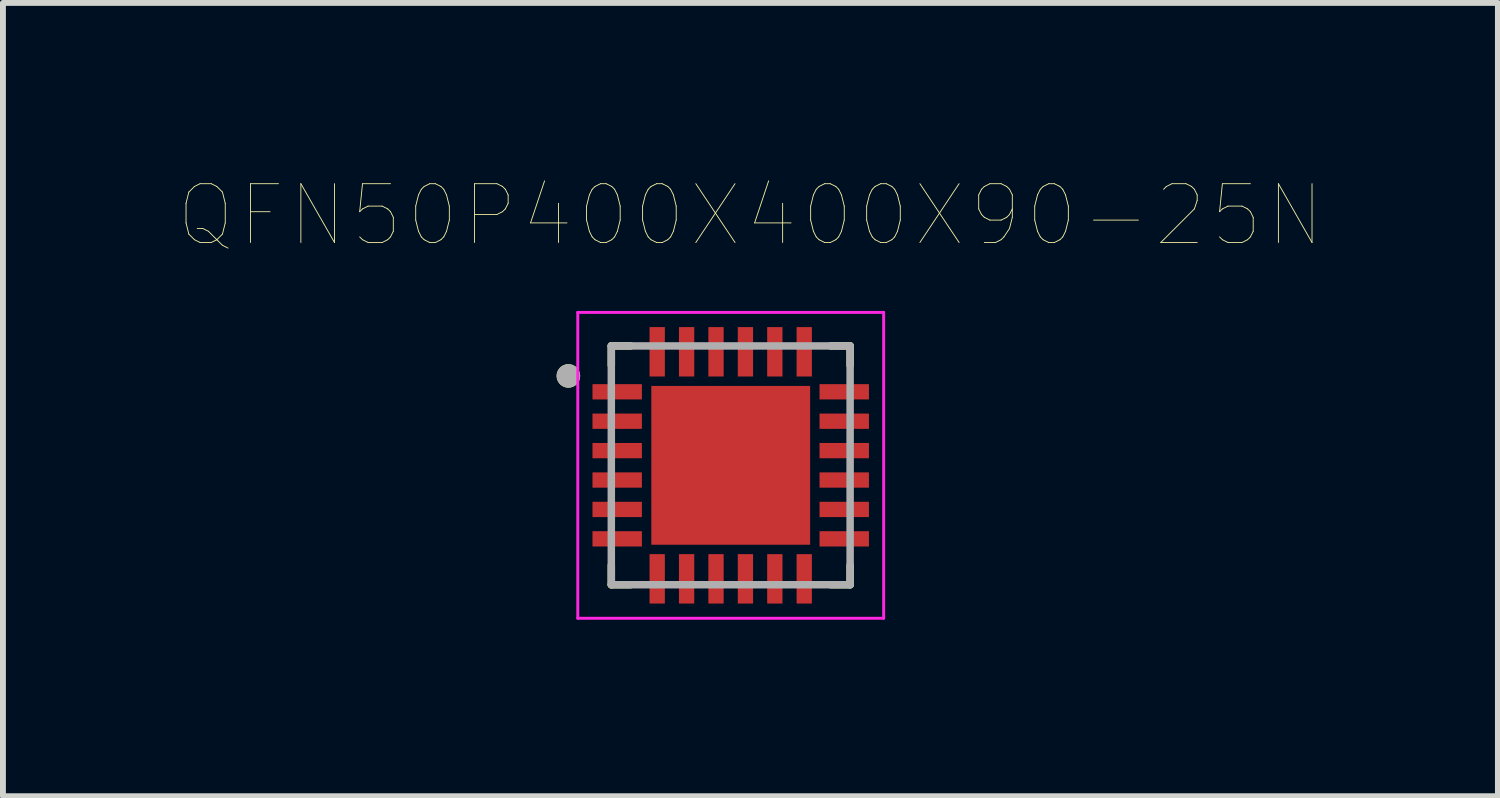
<source format=kicad_pcb>
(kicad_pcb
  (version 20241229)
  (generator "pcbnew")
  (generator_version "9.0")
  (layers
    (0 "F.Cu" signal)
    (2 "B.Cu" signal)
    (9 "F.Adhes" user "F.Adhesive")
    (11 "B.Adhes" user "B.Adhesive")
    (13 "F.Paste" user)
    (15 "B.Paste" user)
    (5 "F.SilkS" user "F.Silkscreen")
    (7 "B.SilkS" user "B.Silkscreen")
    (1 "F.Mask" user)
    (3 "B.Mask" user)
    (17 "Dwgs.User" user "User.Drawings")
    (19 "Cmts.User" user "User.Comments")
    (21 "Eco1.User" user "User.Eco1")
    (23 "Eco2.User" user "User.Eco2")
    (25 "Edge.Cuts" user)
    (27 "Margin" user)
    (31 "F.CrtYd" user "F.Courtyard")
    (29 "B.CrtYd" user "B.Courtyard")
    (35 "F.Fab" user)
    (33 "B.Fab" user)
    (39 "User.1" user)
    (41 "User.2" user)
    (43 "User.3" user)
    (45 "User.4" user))
  (footprint "QFN50P400X400X90-25N"
    (layer "F.Cu")
    (at 9.373 4.861)
    (property "Reference" "QFN50P400X400X90-25N" (at 0.335 -4.25 0) (layer "F.SilkS") (effects (font (size 1 1) (thickness 0.015))))
    (attr through_hole)
    (fp_line (start -2.03 -2.03) (end -2.03 -1.7) (stroke (width 0.127) (type solid)) (layer "F.SilkS"))
    (fp_line (start -2.03 -2.03) (end -1.7 -2.03) (stroke (width 0.127) (type solid)) (layer "F.SilkS"))
    (fp_line (start -2.03 2.03) (end -2.03 1.7) (stroke (width 0.127) (type solid)) (layer "F.SilkS"))
    (fp_line (start -2.03 2.03) (end -1.7 2.03) (stroke (width 0.127) (type solid)) (layer "F.SilkS"))
    (fp_line (start 2.03 -2.03) (end 1.7 -2.03) (stroke (width 0.127) (type solid)) (layer "F.SilkS"))
    (fp_line (start 2.03 -2.03) (end 2.03 -1.7) (stroke (width 0.127) (type solid)) (layer "F.SilkS"))
    (fp_line (start 2.03 2.03) (end 1.7 2.03) (stroke (width 0.127) (type solid)) (layer "F.SilkS"))
    (fp_line (start 2.03 2.03) (end 2.03 1.7) (stroke (width 0.127) (type solid)) (layer "F.SilkS"))
    (fp_circle (center -2.76 -1.52) (end -2.66 -1.52) (stroke (width 0.2) (type solid)) (fill no) (layer "F.SilkS"))
    (fp_poly (pts (xy -1.09 -1.09) (xy -0.13 -1.09) (xy -0.13 -0.13) (xy -1.09 -0.13)) (stroke (width 0.01) (type solid)) (fill yes) (layer "F.Paste"))
    (fp_poly (pts (xy -1.09 0.13) (xy -0.13 0.13) (xy -0.13 1.09) (xy -1.09 1.09)) (stroke (width 0.01) (type solid)) (fill yes) (layer "F.Paste"))
    (fp_poly (pts (xy 0.13 -1.09) (xy 1.09 -1.09) (xy 1.09 -0.13) (xy 0.13 -0.13)) (stroke (width 0.01) (type solid)) (fill yes) (layer "F.Paste"))
    (fp_poly (pts (xy 0.13 0.13) (xy 1.09 0.13) (xy 1.09 1.09) (xy 0.13 1.09)) (stroke (width 0.01) (type solid)) (fill yes) (layer "F.Paste"))
    (fp_line (start -2.6 -2.6) (end 2.6 -2.6) (stroke (width 0.05) (type solid)) (layer "F.CrtYd"))
    (fp_line (start -2.6 2.6) (end -2.6 -2.6) (stroke (width 0.05) (type solid)) (layer "F.CrtYd"))
    (fp_line (start -2.6 2.6) (end 2.6 2.6) (stroke (width 0.05) (type solid)) (layer "F.CrtYd"))
    (fp_line (start 2.6 2.6) (end 2.6 -2.6) (stroke (width 0.05) (type solid)) (layer "F.CrtYd"))
    (fp_line (start -2.03 2.03) (end -2.03 -2.03) (stroke (width 0.127) (type solid)) (layer "F.Fab"))
    (fp_line (start 2.03 -2.03) (end -2.03 -2.03) (stroke (width 0.127) (type solid)) (layer "F.Fab"))
    (fp_line (start 2.03 2.03) (end -2.03 2.03) (stroke (width 0.127) (type solid)) (layer "F.Fab"))
    (fp_line (start 2.03 2.03) (end 2.03 -2.03) (stroke (width 0.127) (type solid)) (layer "F.Fab"))
    (fp_circle (center -2.76 -1.52) (end -2.66 -1.52) (stroke (width 0.2) (type solid)) (fill no) (layer "F.Fab"))
    (pad "1" smd rect (at -1.93 -1.25) (size 0.84 0.26) (layers "F.Cu" "F.Mask" "F.Paste"))
    (pad "2" smd rect (at -1.93 -0.75) (size 0.84 0.26) (layers "F.Cu" "F.Mask" "F.Paste"))
    (pad "3" smd rect (at -1.93 -0.25) (size 0.84 0.26) (layers "F.Cu" "F.Mask" "F.Paste"))
    (pad "4" smd rect (at -1.93 0.25) (size 0.84 0.26) (layers "F.Cu" "F.Mask" "F.Paste"))
    (pad "5" smd rect (at -1.93 0.75) (size 0.84 0.26) (layers "F.Cu" "F.Mask" "F.Paste"))
    (pad "6" smd rect (at -1.93 1.25) (size 0.84 0.26) (layers "F.Cu" "F.Mask" "F.Paste"))
    (pad "7" smd rect (at -1.25 1.93) (size 0.26 0.84) (layers "F.Cu" "F.Mask" "F.Paste"))
    (pad "8" smd rect (at -0.75 1.93) (size 0.26 0.84) (layers "F.Cu" "F.Mask" "F.Paste"))
    (pad "9" smd rect (at -0.25 1.93) (size 0.26 0.84) (layers "F.Cu" "F.Mask" "F.Paste"))
    (pad "10" smd rect (at 0.25 1.93) (size 0.26 0.84) (layers "F.Cu" "F.Mask" "F.Paste"))
    (pad "11" smd rect (at 0.75 1.93) (size 0.26 0.84) (layers "F.Cu" "F.Mask" "F.Paste"))
    (pad "12" smd rect (at 1.25 1.93) (size 0.26 0.84) (layers "F.Cu" "F.Mask" "F.Paste"))
    (pad "13" smd rect (at 1.93 1.25) (size 0.84 0.26) (layers "F.Cu" "F.Mask" "F.Paste"))
    (pad "14" smd rect (at 1.93 0.75) (size 0.84 0.26) (layers "F.Cu" "F.Mask" "F.Paste"))
    (pad "15" smd rect (at 1.93 0.25) (size 0.84 0.26) (layers "F.Cu" "F.Mask" "F.Paste"))
    (pad "16" smd rect (at 1.93 -0.25) (size 0.84 0.26) (layers "F.Cu" "F.Mask" "F.Paste"))
    (pad "17" smd rect (at 1.93 -0.75) (size 0.84 0.26) (layers "F.Cu" "F.Mask" "F.Paste"))
    (pad "18" smd rect (at 1.93 -1.25) (size 0.84 0.26) (layers "F.Cu" "F.Mask" "F.Paste"))
    (pad "19" smd rect (at 1.25 -1.93) (size 0.26 0.84) (layers "F.Cu" "F.Mask" "F.Paste"))
    (pad "20" smd rect (at 0.75 -1.93) (size 0.26 0.84) (layers "F.Cu" "F.Mask" "F.Paste"))
    (pad "21" smd rect (at 0.25 -1.93) (size 0.26 0.84) (layers "F.Cu" "F.Mask" "F.Paste"))
    (pad "22" smd rect (at -0.25 -1.93) (size 0.26 0.84) (layers "F.Cu" "F.Mask" "F.Paste"))
    (pad "23" smd rect (at -0.75 -1.93) (size 0.26 0.84) (layers "F.Cu" "F.Mask" "F.Paste"))
    (pad "24" smd rect (at -1.25 -1.93) (size 0.26 0.84) (layers "F.Cu" "F.Mask" "F.Paste"))
    (pad "25" smd rect (at 0 0) (size 2.7 2.7) (layers "F.Cu" "F.Mask")))
  (gr_rect
    (start -3 -3)
    (end 22.416 10.486)
    (stroke (width 0.1) (type default))
    (fill no)
    (layer "Edge.Cuts")))
</source>
